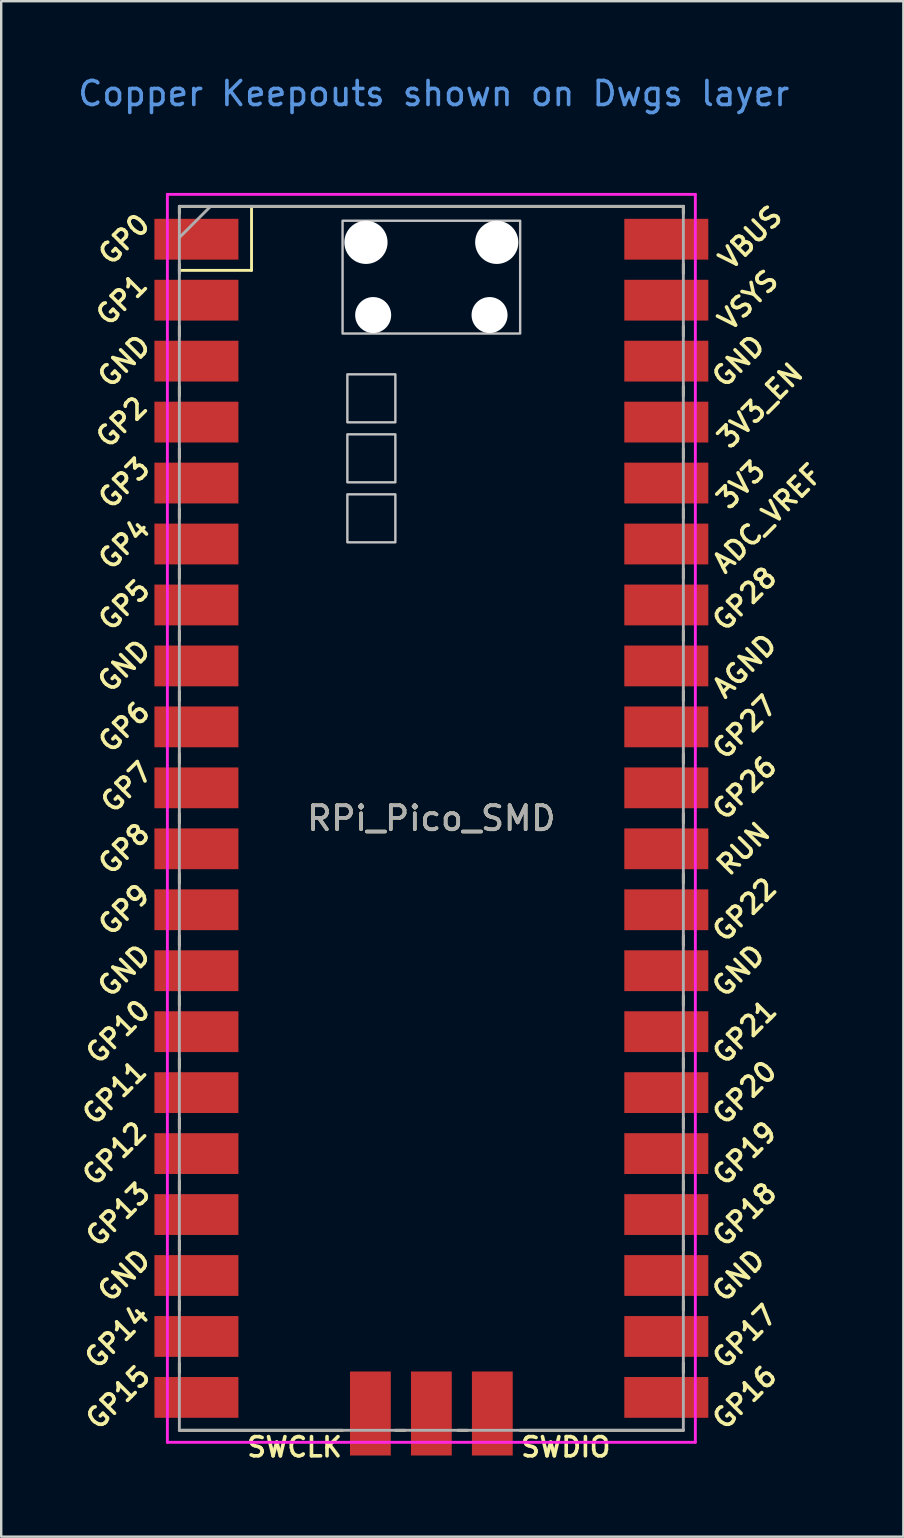
<source format=kicad_pcb>
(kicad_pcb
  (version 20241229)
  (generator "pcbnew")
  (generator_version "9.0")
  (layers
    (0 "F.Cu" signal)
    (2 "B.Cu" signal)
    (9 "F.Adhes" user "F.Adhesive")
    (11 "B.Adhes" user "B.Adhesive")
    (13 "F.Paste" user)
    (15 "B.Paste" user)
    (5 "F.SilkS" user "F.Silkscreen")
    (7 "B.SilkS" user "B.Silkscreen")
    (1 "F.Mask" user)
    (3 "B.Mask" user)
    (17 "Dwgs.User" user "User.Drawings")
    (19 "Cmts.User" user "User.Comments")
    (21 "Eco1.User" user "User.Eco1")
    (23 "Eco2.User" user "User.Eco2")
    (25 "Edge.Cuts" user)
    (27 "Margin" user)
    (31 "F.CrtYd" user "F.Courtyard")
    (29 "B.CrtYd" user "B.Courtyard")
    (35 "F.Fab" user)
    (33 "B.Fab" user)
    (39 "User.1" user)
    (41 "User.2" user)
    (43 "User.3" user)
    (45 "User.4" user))
  (footprint "RPi_Pico_SMD"
    (layer "F.Cu")
    (at 14.924 31.048)
    (property "Reference" "RPi_Pico_SMD" (at 0 0 0) (layer "F.SilkS") (effects (font (size 1 1) (thickness 0.15))))
    (attr through_hole)
    (fp_line (start -10.5 -25.5) (end -10.5 -25.2) (stroke (width 0.12) (type solid)) (layer "F.SilkS"))
    (fp_line (start -10.5 -25.5) (end 10.5 -25.5) (stroke (width 0.12) (type solid)) (layer "F.SilkS"))
    (fp_line (start -10.5 -23.1) (end -10.5 -22.7) (stroke (width 0.12) (type solid)) (layer "F.SilkS"))
    (fp_line (start -10.5 -22.833) (end -7.493 -22.833) (stroke (width 0.12) (type solid)) (layer "F.SilkS"))
    (fp_line (start -10.5 -20.5) (end -10.5 -20.1) (stroke (width 0.12) (type solid)) (layer "F.SilkS"))
    (fp_line (start -10.5 -18) (end -10.5 -17.6) (stroke (width 0.12) (type solid)) (layer "F.SilkS"))
    (fp_line (start -10.5 -15.4) (end -10.5 -15) (stroke (width 0.12) (type solid)) (layer "F.SilkS"))
    (fp_line (start -10.5 -12.9) (end -10.5 -12.5) (stroke (width 0.12) (type solid)) (layer "F.SilkS"))
    (fp_line (start -10.5 -10.4) (end -10.5 -10) (stroke (width 0.12) (type solid)) (layer "F.SilkS"))
    (fp_line (start -10.5 -7.8) (end -10.5 -7.4) (stroke (width 0.12) (type solid)) (layer "F.SilkS"))
    (fp_line (start -10.5 -5.3) (end -10.5 -4.9) (stroke (width 0.12) (type solid)) (layer "F.SilkS"))
    (fp_line (start -10.5 -2.7) (end -10.5 -2.3) (stroke (width 0.12) (type solid)) (layer "F.SilkS"))
    (fp_line (start -10.5 -0.2) (end -10.5 0.2) (stroke (width 0.12) (type solid)) (layer "F.SilkS"))
    (fp_line (start -10.5 2.3) (end -10.5 2.7) (stroke (width 0.12) (type solid)) (layer "F.SilkS"))
    (fp_line (start -10.5 4.9) (end -10.5 5.3) (stroke (width 0.12) (type solid)) (layer "F.SilkS"))
    (fp_line (start -10.5 7.4) (end -10.5 7.8) (stroke (width 0.12) (type solid)) (layer "F.SilkS"))
    (fp_line (start -10.5 10) (end -10.5 10.4) (stroke (width 0.12) (type solid)) (layer "F.SilkS"))
    (fp_line (start -10.5 12.5) (end -10.5 12.9) (stroke (width 0.12) (type solid)) (layer "F.SilkS"))
    (fp_line (start -10.5 15.1) (end -10.5 15.5) (stroke (width 0.12) (type solid)) (layer "F.SilkS"))
    (fp_line (start -10.5 17.6) (end -10.5 18) (stroke (width 0.12) (type solid)) (layer "F.SilkS"))
    (fp_line (start -10.5 20.1) (end -10.5 20.5) (stroke (width 0.12) (type solid)) (layer "F.SilkS"))
    (fp_line (start -10.5 22.7) (end -10.5 23.1) (stroke (width 0.12) (type solid)) (layer "F.SilkS"))
    (fp_line (start -7.493 -22.833) (end -7.493 -25.5) (stroke (width 0.12) (type solid)) (layer "F.SilkS"))
    (fp_line (start -3.7 25.5) (end -10.5 25.5) (stroke (width 0.12) (type solid)) (layer "F.SilkS"))
    (fp_line (start -1.5 25.5) (end -1.1 25.5) (stroke (width 0.12) (type solid)) (layer "F.SilkS"))
    (fp_line (start 1.1 25.5) (end 1.5 25.5) (stroke (width 0.12) (type solid)) (layer "F.SilkS"))
    (fp_line (start 10.5 -25.5) (end 10.5 -25.2) (stroke (width 0.12) (type solid)) (layer "F.SilkS"))
    (fp_line (start 10.5 -23.1) (end 10.5 -22.7) (stroke (width 0.12) (type solid)) (layer "F.SilkS"))
    (fp_line (start 10.5 -20.5) (end 10.5 -20.1) (stroke (width 0.12) (type solid)) (layer "F.SilkS"))
    (fp_line (start 10.5 -18) (end 10.5 -17.6) (stroke (width 0.12) (type solid)) (layer "F.SilkS"))
    (fp_line (start 10.5 -15.4) (end 10.5 -15) (stroke (width 0.12) (type solid)) (layer "F.SilkS"))
    (fp_line (start 10.5 -12.9) (end 10.5 -12.5) (stroke (width 0.12) (type solid)) (layer "F.SilkS"))
    (fp_line (start 10.5 -10.4) (end 10.5 -10) (stroke (width 0.12) (type solid)) (layer "F.SilkS"))
    (fp_line (start 10.5 -7.8) (end 10.5 -7.4) (stroke (width 0.12) (type solid)) (layer "F.SilkS"))
    (fp_line (start 10.5 -5.3) (end 10.5 -4.9) (stroke (width 0.12) (type solid)) (layer "F.SilkS"))
    (fp_line (start 10.5 -2.7) (end 10.5 -2.3) (stroke (width 0.12) (type solid)) (layer "F.SilkS"))
    (fp_line (start 10.5 -0.2) (end 10.5 0.2) (stroke (width 0.12) (type solid)) (layer "F.SilkS"))
    (fp_line (start 10.5 2.3) (end 10.5 2.7) (stroke (width 0.12) (type solid)) (layer "F.SilkS"))
    (fp_line (start 10.5 4.9) (end 10.5 5.3) (stroke (width 0.12) (type solid)) (layer "F.SilkS"))
    (fp_line (start 10.5 7.4) (end 10.5 7.8) (stroke (width 0.12) (type solid)) (layer "F.SilkS"))
    (fp_line (start 10.5 10) (end 10.5 10.4) (stroke (width 0.12) (type solid)) (layer "F.SilkS"))
    (fp_line (start 10.5 12.5) (end 10.5 12.9) (stroke (width 0.12) (type solid)) (layer "F.SilkS"))
    (fp_line (start 10.5 15.1) (end 10.5 15.5) (stroke (width 0.12) (type solid)) (layer "F.SilkS"))
    (fp_line (start 10.5 17.6) (end 10.5 18) (stroke (width 0.12) (type solid)) (layer "F.SilkS"))
    (fp_line (start 10.5 20.1) (end 10.5 20.5) (stroke (width 0.12) (type solid)) (layer "F.SilkS"))
    (fp_line (start 10.5 22.7) (end 10.5 23.1) (stroke (width 0.12) (type solid)) (layer "F.SilkS"))
    (fp_line (start 10.5 25.5) (end 3.7 25.5) (stroke (width 0.12) (type solid)) (layer "F.SilkS"))
    (fp_poly (pts (xy -1.5 -16.5) (xy -3.5 -16.5) (xy -3.5 -18.5) (xy -1.5 -18.5)) (stroke (width 0.1) (type solid)) (fill no) (layer "Dwgs.User"))
    (fp_poly (pts (xy -1.5 -14) (xy -3.5 -14) (xy -3.5 -16) (xy -1.5 -16)) (stroke (width 0.1) (type solid)) (fill no) (layer "Dwgs.User"))
    (fp_poly (pts (xy -1.5 -11.5) (xy -3.5 -11.5) (xy -3.5 -13.5) (xy -1.5 -13.5)) (stroke (width 0.1) (type solid)) (fill no) (layer "Dwgs.User"))
    (fp_poly (pts (xy 3.7 -20.2) (xy -3.7 -20.2) (xy -3.7 -24.9) (xy 3.7 -24.9)) (stroke (width 0.1) (type solid)) (fill no) (layer "Dwgs.User"))
    (fp_line (start -11 -26) (end 11 -26) (stroke (width 0.12) (type solid)) (layer "F.CrtYd"))
    (fp_line (start -11 26) (end -11 -26) (stroke (width 0.12) (type solid)) (layer "F.CrtYd"))
    (fp_line (start 11 -26) (end 11 26) (stroke (width 0.12) (type solid)) (layer "F.CrtYd"))
    (fp_line (start 11 26) (end -11 26) (stroke (width 0.12) (type solid)) (layer "F.CrtYd"))
    (fp_line (start -10.5 -25.5) (end 10.5 -25.5) (stroke (width 0.12) (type solid)) (layer "F.Fab"))
    (fp_line (start -10.5 -24.2) (end -9.2 -25.5) (stroke (width 0.12) (type solid)) (layer "F.Fab"))
    (fp_line (start -10.5 25.5) (end -10.5 -25.5) (stroke (width 0.12) (type solid)) (layer "F.Fab"))
    (fp_line (start 10.5 -25.5) (end 10.5 25.5) (stroke (width 0.12) (type solid)) (layer "F.Fab"))
    (fp_line (start 10.5 25.5) (end -10.5 25.5) (stroke (width 0.12) (type solid)) (layer "F.Fab"))
    (fp_text user "GP10" (at -13.054 8.89 45) (layer "F.SilkS") (effects (font (size 0.8 0.8) (thickness 0.15))))
    (fp_text user "3V3_EN" (at 13.7 -17.2 45) (layer "F.SilkS") (effects (font (size 0.8 0.8) (thickness 0.15))))
    (fp_text user "3V3" (at 12.9 -13.9 45) (layer "F.SilkS") (effects (font (size 0.8 0.8) (thickness 0.15))))
    (fp_text user "RUN" (at 13 1.27 45) (layer "F.SilkS") (effects (font (size 0.8 0.8) (thickness 0.15))))
    (fp_text user "GP1" (at -12.9 -21.6 45) (layer "F.SilkS") (effects (font (size 0.8 0.8) (thickness 0.15))))
    (fp_text user "GND" (at -12.8 -19.05 45) (layer "F.SilkS") (effects (font (size 0.8 0.8) (thickness 0.15))))
    (fp_text user "GND" (at -12.8 19.05 45) (layer "F.SilkS") (effects (font (size 0.8 0.8) (thickness 0.15))))
    (fp_text user "GND" (at 12.8 -19.05 45) (layer "F.SilkS") (effects (font (size 0.8 0.8) (thickness 0.15))))
    (fp_text user "SWCLK" (at -5.7 26.2 0) (layer "F.SilkS") (effects (font (size 0.8 0.8) (thickness 0.15))))
    (fp_text user "GP11" (at -13.2 11.43 45) (layer "F.SilkS") (effects (font (size 0.8 0.8) (thickness 0.15))))
    (fp_text user "GP3" (at -12.8 -13.97 45) (layer "F.SilkS") (effects (font (size 0.8 0.8) (thickness 0.15))))
    (fp_text user "VSYS" (at 13.2 -21.59 45) (layer "F.SilkS") (effects (font (size 0.8 0.8) (thickness 0.15))))
    (fp_text user "GP26" (at 13.054 -1.27 45) (layer "F.SilkS") (effects (font (size 0.8 0.8) (thickness 0.15))))
    (fp_text user "GP28" (at 13.054 -9.144 45) (layer "F.SilkS") (effects (font (size 0.8 0.8) (thickness 0.15))))
    (fp_text user "GP4" (at -12.8 -11.43 45) (layer "F.SilkS") (effects (font (size 0.8 0.8) (thickness 0.15))))
    (fp_text user "GP27" (at 13.054 -3.8 45) (layer "F.SilkS") (effects (font (size 0.8 0.8) (thickness 0.15))))
    (fp_text user "AGND" (at 13.054 -6.35 45) (layer "F.SilkS") (effects (font (size 0.8 0.8) (thickness 0.15))))
    (fp_text user "GP14" (at -13.1 21.59 45) (layer "F.SilkS") (effects (font (size 0.8 0.8) (thickness 0.15))))
    (fp_text user "GP0" (at -12.8 -24.13 45) (layer "F.SilkS") (effects (font (size 0.8 0.8) (thickness 0.15))))
    (fp_text user "GND" (at -12.8 6.35 45) (layer "F.SilkS") (effects (font (size 0.8 0.8) (thickness 0.15))))
    (fp_text user "GP15" (at -13.054 24.13 45) (layer "F.SilkS") (effects (font (size 0.8 0.8) (thickness 0.15))))
    (fp_text user "GP13" (at -13.054 16.51 45) (layer "F.SilkS") (effects (font (size 0.8 0.8) (thickness 0.15))))
    (fp_text user "GP21" (at 13.054 8.9 45) (layer "F.SilkS") (effects (font (size 0.8 0.8) (thickness 0.15))))
    (fp_text user "GP19" (at 13.054 13.97 45) (layer "F.SilkS") (effects (font (size 0.8 0.8) (thickness 0.15))))
    (fp_text user "GP2" (at -12.9 -16.51 45) (layer "F.SilkS") (effects (font (size 0.8 0.8) (thickness 0.15))))
    (fp_text user "GP22" (at 13.054 3.81 45) (layer "F.SilkS") (effects (font (size 0.8 0.8) (thickness 0.15))))
    (fp_text user "GP16" (at 13.054 24.13 45) (layer "F.SilkS") (effects (font (size 0.8 0.8) (thickness 0.15))))
    (fp_text user "GP12" (at -13.2 13.97 45) (layer "F.SilkS") (effects (font (size 0.8 0.8) (thickness 0.15))))
    (fp_text user "GP9" (at -12.8 3.81 45) (layer "F.SilkS") (effects (font (size 0.8 0.8) (thickness 0.15))))
    (fp_text user "SWDIO" (at 5.6 26.2 0) (layer "F.SilkS") (effects (font (size 0.8 0.8) (thickness 0.15))))
    (fp_text user "GP5" (at -12.8 -8.89 45) (layer "F.SilkS") (effects (font (size 0.8 0.8) (thickness 0.15))))
    (fp_text user "GP8" (at -12.8 1.27 45) (layer "F.SilkS") (effects (font (size 0.8 0.8) (thickness 0.15))))
    (fp_text user "VBUS" (at 13.3 -24.2 45) (layer "F.SilkS") (effects (font (size 0.8 0.8) (thickness 0.15))))
    (fp_text user "GP18" (at 13.054 16.51 45) (layer "F.SilkS") (effects (font (size 0.8 0.8) (thickness 0.15))))
    (fp_text user "GP20" (at 13.054 11.43 45) (layer "F.SilkS") (effects (font (size 0.8 0.8) (thickness 0.15))))
    (fp_text user "GP17" (at 13.054 21.59 45) (layer "F.SilkS") (effects (font (size 0.8 0.8) (thickness 0.15))))
    (fp_text user "GND" (at 12.8 6.35 45) (layer "F.SilkS") (effects (font (size 0.8 0.8) (thickness 0.15))))
    (fp_text user "GP7" (at -12.7 -1.3 45) (layer "F.SilkS") (effects (font (size 0.8 0.8) (thickness 0.15))))
    (fp_text user "ADC_VREF" (at 14 -12.5 45) (layer "F.SilkS") (effects (font (size 0.8 0.8) (thickness 0.15))))
    (fp_text user "GND" (at -12.8 -6.35 45) (layer "F.SilkS") (effects (font (size 0.8 0.8) (thickness 0.15))))
    (fp_text user "GP6" (at -12.8 -3.81 45) (layer "F.SilkS") (effects (font (size 0.8 0.8) (thickness 0.15))))
    (fp_text user "GND" (at 12.8 19.05 45) (layer "F.SilkS") (effects (font (size 0.8 0.8) (thickness 0.15))))
    (fp_text user "Copper Keepouts shown on Dwgs layer" (at 0.1 -30.2 0) (layer "Cmts.User") (effects (font (size 1 1) (thickness 0.15))))
    (fp_text user "${REFERENCE}" (at 0 0 180) (layer "F.Fab") (effects (font (size 1 1) (thickness 0.15))))
    (pad "" np_thru_hole oval (at -2.725 -24) (size 1.8 1.8) (drill 1.8) (layers "*.Cu" "*.Mask"))
    (pad "" np_thru_hole oval (at -2.425 -20.97) (size 1.5 1.5) (drill 1.5) (layers "*.Cu" "*.Mask"))
    (pad "" np_thru_hole oval (at 2.425 -20.97) (size 1.5 1.5) (drill 1.5) (layers "*.Cu" "*.Mask"))
    (pad "" np_thru_hole oval (at 2.725 -24) (size 1.8 1.8) (drill 1.8) (layers "*.Cu" "*.Mask"))
    (pad "1" smd rect (at -8.89 -24.13) (size 3.5 1.7) (drill (offset -0.9 0)) (layers "F.Cu" "F.Mask"))
    (pad "2" smd rect (at -8.89 -21.59) (size 3.5 1.7) (drill (offset -0.9 0)) (layers "F.Cu" "F.Mask"))
    (pad "3" smd rect (at -8.89 -19.05) (size 3.5 1.7) (drill (offset -0.9 0)) (layers "F.Cu" "F.Mask"))
    (pad "4" smd rect (at -8.89 -16.51) (size 3.5 1.7) (drill (offset -0.9 0)) (layers "F.Cu" "F.Mask"))
    (pad "5" smd rect (at -8.89 -13.97) (size 3.5 1.7) (drill (offset -0.9 0)) (layers "F.Cu" "F.Mask"))
    (pad "6" smd rect (at -8.89 -11.43) (size 3.5 1.7) (drill (offset -0.9 0)) (layers "F.Cu" "F.Mask"))
    (pad "7" smd rect (at -8.89 -8.89) (size 3.5 1.7) (drill (offset -0.9 0)) (layers "F.Cu" "F.Mask"))
    (pad "8" smd rect (at -8.89 -6.35) (size 3.5 1.7) (drill (offset -0.9 0)) (layers "F.Cu" "F.Mask"))
    (pad "9" smd rect (at -8.89 -3.81) (size 3.5 1.7) (drill (offset -0.9 0)) (layers "F.Cu" "F.Mask"))
    (pad "10" smd rect (at -8.89 -1.27) (size 3.5 1.7) (drill (offset -0.9 0)) (layers "F.Cu" "F.Mask"))
    (pad "11" smd rect (at -8.89 1.27) (size 3.5 1.7) (drill (offset -0.9 0)) (layers "F.Cu" "F.Mask"))
    (pad "12" smd rect (at -8.89 3.81) (size 3.5 1.7) (drill (offset -0.9 0)) (layers "F.Cu" "F.Mask"))
    (pad "13" smd rect (at -8.89 6.35) (size 3.5 1.7) (drill (offset -0.9 0)) (layers "F.Cu" "F.Mask"))
    (pad "14" smd rect (at -8.89 8.89) (size 3.5 1.7) (drill (offset -0.9 0)) (layers "F.Cu" "F.Mask"))
    (pad "15" smd rect (at -8.89 11.43) (size 3.5 1.7) (drill (offset -0.9 0)) (layers "F.Cu" "F.Mask"))
    (pad "16" smd rect (at -8.89 13.97) (size 3.5 1.7) (drill (offset -0.9 0)) (layers "F.Cu" "F.Mask"))
    (pad "17" smd rect (at -8.89 16.51) (size 3.5 1.7) (drill (offset -0.9 0)) (layers "F.Cu" "F.Mask"))
    (pad "18" smd rect (at -8.89 19.05) (size 3.5 1.7) (drill (offset -0.9 0)) (layers "F.Cu" "F.Mask"))
    (pad "19" smd rect (at -8.89 21.59) (size 3.5 1.7) (drill (offset -0.9 0)) (layers "F.Cu" "F.Mask"))
    (pad "20" smd rect (at -8.89 24.13) (size 3.5 1.7) (drill (offset -0.9 0)) (layers "F.Cu" "F.Mask"))
    (pad "21" smd rect (at 8.89 24.13) (size 3.5 1.7) (drill (offset 0.9 0)) (layers "F.Cu" "F.Mask"))
    (pad "22" smd rect (at 8.89 21.59) (size 3.5 1.7) (drill (offset 0.9 0)) (layers "F.Cu" "F.Mask"))
    (pad "23" smd rect (at 8.89 19.05) (size 3.5 1.7) (drill (offset 0.9 0)) (layers "F.Cu" "F.Mask"))
    (pad "24" smd rect (at 8.89 16.51) (size 3.5 1.7) (drill (offset 0.9 0)) (layers "F.Cu" "F.Mask"))
    (pad "25" smd rect (at 8.89 13.97) (size 3.5 1.7) (drill (offset 0.9 0)) (layers "F.Cu" "F.Mask"))
    (pad "26" smd rect (at 8.89 11.43) (size 3.5 1.7) (drill (offset 0.9 0)) (layers "F.Cu" "F.Mask"))
    (pad "27" smd rect (at 8.89 8.89) (size 3.5 1.7) (drill (offset 0.9 0)) (layers "F.Cu" "F.Mask"))
    (pad "28" smd rect (at 8.89 6.35) (size 3.5 1.7) (drill (offset 0.9 0)) (layers "F.Cu" "F.Mask"))
    (pad "29" smd rect (at 8.89 3.81) (size 3.5 1.7) (drill (offset 0.9 0)) (layers "F.Cu" "F.Mask"))
    (pad "30" smd rect (at 8.89 1.27) (size 3.5 1.7) (drill (offset 0.9 0)) (layers "F.Cu" "F.Mask"))
    (pad "31" smd rect (at 8.89 -1.27) (size 3.5 1.7) (drill (offset 0.9 0)) (layers "F.Cu" "F.Mask"))
    (pad "32" smd rect (at 8.89 -3.81) (size 3.5 1.7) (drill (offset 0.9 0)) (layers "F.Cu" "F.Mask"))
    (pad "33" smd rect (at 8.89 -6.35) (size 3.5 1.7) (drill (offset 0.9 0)) (layers "F.Cu" "F.Mask"))
    (pad "34" smd rect (at 8.89 -8.89) (size 3.5 1.7) (drill (offset 0.9 0)) (layers "F.Cu" "F.Mask"))
    (pad "35" smd rect (at 8.89 -11.43) (size 3.5 1.7) (drill (offset 0.9 0)) (layers "F.Cu" "F.Mask"))
    (pad "36" smd rect (at 8.89 -13.97) (size 3.5 1.7) (drill (offset 0.9 0)) (layers "F.Cu" "F.Mask"))
    (pad "37" smd rect (at 8.89 -16.51) (size 3.5 1.7) (drill (offset 0.9 0)) (layers "F.Cu" "F.Mask"))
    (pad "38" smd rect (at 8.89 -19.05) (size 3.5 1.7) (drill (offset 0.9 0)) (layers "F.Cu" "F.Mask"))
    (pad "39" smd rect (at 8.89 -21.59) (size 3.5 1.7) (drill (offset 0.9 0)) (layers "F.Cu" "F.Mask"))
    (pad "40" smd rect (at 8.89 -24.13) (size 3.5 1.7) (drill (offset 0.9 0)) (layers "F.Cu" "F.Mask"))
    (pad "41" smd rect (at -2.54 23.9 90) (size 3.5 1.7) (drill (offset -0.9 0)) (layers "F.Cu" "F.Mask"))
    (pad "42" smd rect (at 0 23.9 90) (size 3.5 1.7) (drill (offset -0.9 0)) (layers "F.Cu" "F.Mask"))
    (pad "43" smd rect (at 2.54 23.9 90) (size 3.5 1.7) (drill (offset -0.9 0)) (layers "F.Cu" "F.Mask")))
  (gr_rect
    (start -3 -3)
    (end 34.591 60.98)
    (stroke (width 0.1) (type default))
    (fill no)
    (layer "Edge.Cuts")))
</source>
